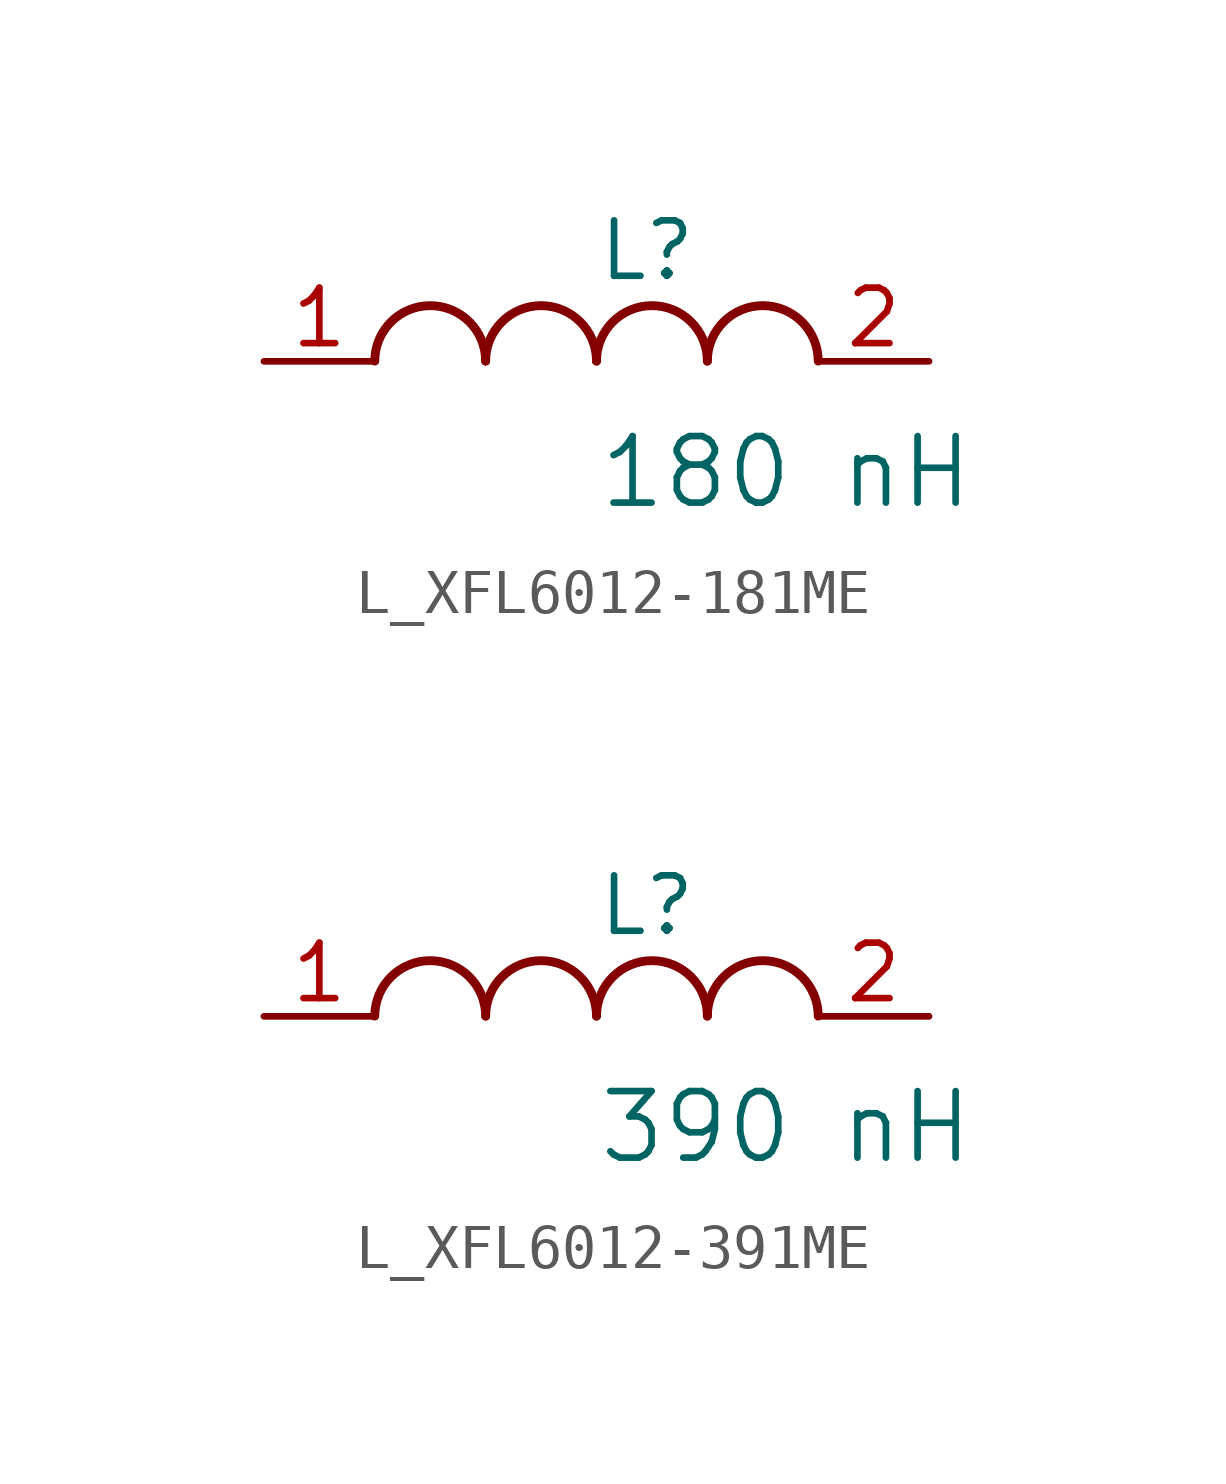
<source format=kicad_sym>
(kicad_symbol_lib
  (version 20231120)
  (generator "kicad_symbol_editor")
  (generator_version "8.0")
  (symbol "L_XFL6012-181ME"
    (pin_names
      (offset 0.254))
    (property "Reference" "L"
      (at 0 2.54 0)
      (effects (font (size 1.27 1.27)) (justify left)))
    (property "Value" "180 nH"
      (at 0 -2.54 0)
      (effects (font (size 1.524 1.524)) (justify left)))
    (symbol "L_XFL6012-181ME_1_1"
      (arc (start -2.54 0.0056) (mid -3.81 1.27) (end -5.08 0.0056) (stroke (width 0.2032) (type default)) (fill (type none)))
      (arc (start 0 0.0056) (mid -1.27 1.27) (end -2.54 0.0056) (stroke (width 0.2032) (type default)) (fill (type none)))
      (arc (start 2.54 0.0056) (mid 1.27 1.27) (end 0 0.0056) (stroke (width 0.2032) (type default)) (fill (type none)))
      (arc (start 5.08 0.0056) (mid 3.81 1.27) (end 2.54 0.0056) (stroke (width 0.2032) (type default)) (fill (type none)))
      (pin unspecified line (at -7.62 0 0) (length 2.54) (name "" (effects (font (size 1.27 1.27)))) (number "1" (effects (font (size 1.27 1.27)))))
      (pin unspecified line (at 7.62 0 180) (length 2.54) (name "" (effects (font (size 1.27 1.27)))) (number "2" (effects (font (size 1.27 1.27)))))))
  (symbol "L_XFL6012-391ME"
    (pin_names
      (offset 0.254))
    (property "Reference" "L"
      (at 0 2.54 0)
      (effects (font (size 1.27 1.27)) (justify left)))
    (property "Value" "390 nH"
      (at 0 -2.54 0)
      (effects (font (size 1.524 1.524)) (justify left)))
    (symbol "L_XFL6012-391ME_1_1"
      (arc (start -2.54 0.0056) (mid -3.81 1.27) (end -5.08 0.0056) (stroke (width 0.2032) (type default)) (fill (type none)))
      (arc (start 0 0.0056) (mid -1.27 1.27) (end -2.54 0.0056) (stroke (width 0.2032) (type default)) (fill (type none)))
      (arc (start 2.54 0.0056) (mid 1.27 1.27) (end 0 0.0056) (stroke (width 0.2032) (type default)) (fill (type none)))
      (arc (start 5.08 0.0056) (mid 3.81 1.27) (end 2.54 0.0056) (stroke (width 0.2032) (type default)) (fill (type none)))
      (pin unspecified line (at -7.62 0 0) (length 2.54) (name "" (effects (font (size 1.27 1.27)))) (number "1" (effects (font (size 1.27 1.27)))))
      (pin unspecified line (at 7.62 0 180) (length 2.54) (name "" (effects (font (size 1.27 1.27)))) (number "2" (effects (font (size 1.27 1.27))))))))
</source>
